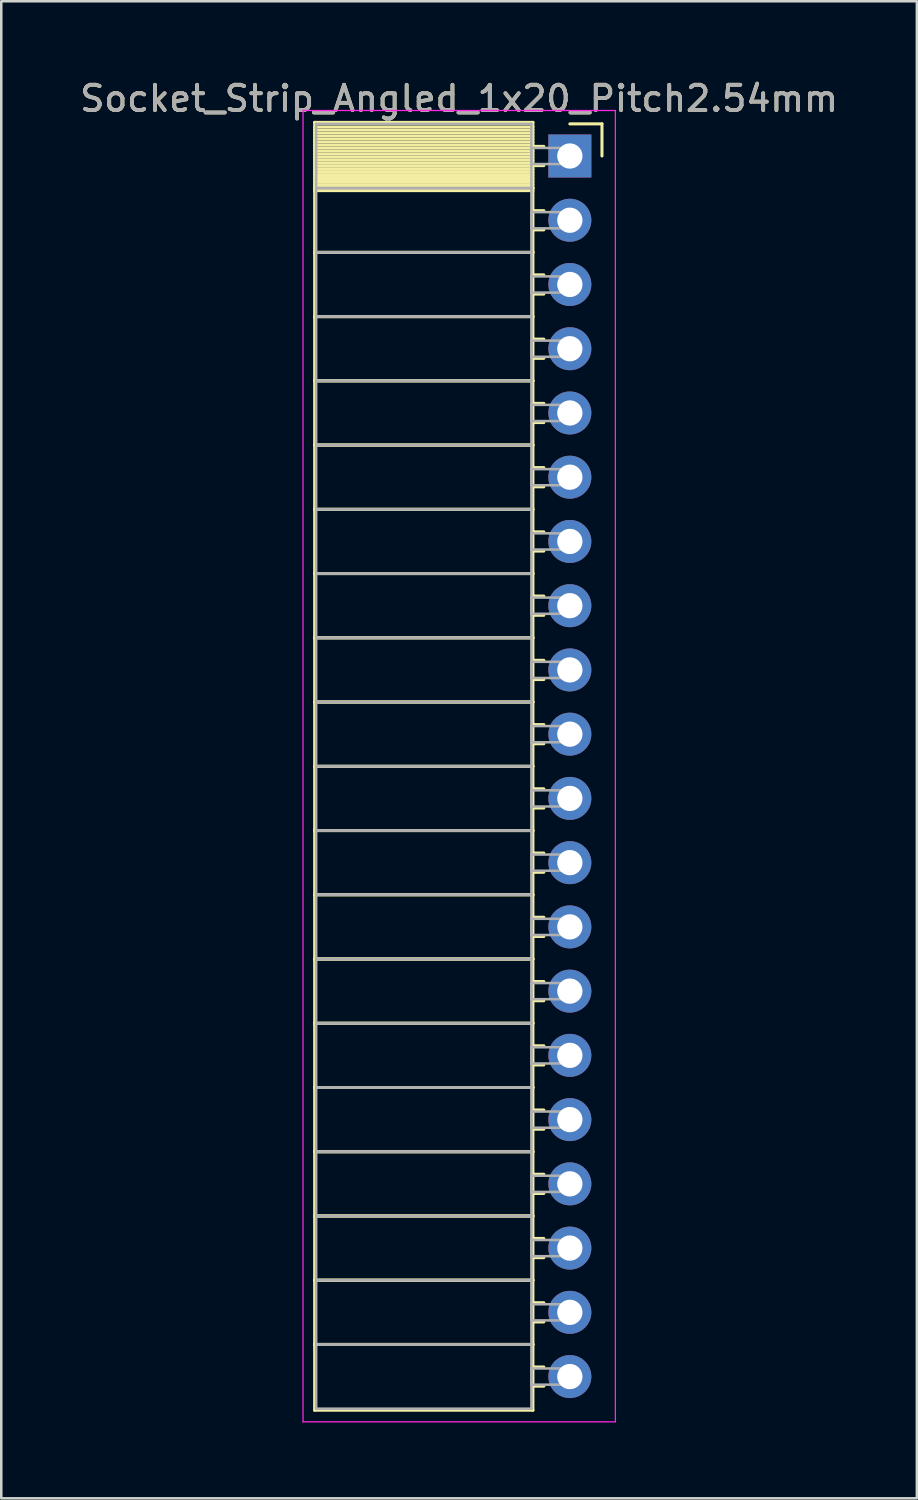
<source format=kicad_pcb>
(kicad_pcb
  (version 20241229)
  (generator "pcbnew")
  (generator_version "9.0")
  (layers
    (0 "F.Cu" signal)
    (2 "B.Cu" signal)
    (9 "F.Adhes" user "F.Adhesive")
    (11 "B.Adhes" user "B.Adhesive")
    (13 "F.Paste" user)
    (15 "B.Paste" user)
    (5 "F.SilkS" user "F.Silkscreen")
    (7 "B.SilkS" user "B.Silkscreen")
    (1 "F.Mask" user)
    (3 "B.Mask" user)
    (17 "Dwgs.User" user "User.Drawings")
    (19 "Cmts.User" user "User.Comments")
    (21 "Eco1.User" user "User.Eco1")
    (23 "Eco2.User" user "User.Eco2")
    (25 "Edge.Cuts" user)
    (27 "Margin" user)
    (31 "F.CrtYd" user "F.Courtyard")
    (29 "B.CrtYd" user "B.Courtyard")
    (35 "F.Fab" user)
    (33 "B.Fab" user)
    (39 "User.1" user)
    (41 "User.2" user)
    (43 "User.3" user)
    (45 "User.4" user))
  (footprint "Socket_Strip_Angled_1x20_Pitch2.54mm"
    (layer "F.Cu")
    (at 19.481 3.118)
    (property "Reference" "Socket_Strip_Angled_1x20_Pitch2.54mm" (at -4.38 -2.27 0) (layer "F.SilkS") (effects (font (size 1 1) (thickness 0.15))))
    (attr through_hole)
    (fp_line (start -10.09 -1.33) (end -1.46 -1.33) (stroke (width 0.12) (type solid)) (layer "F.SilkS"))
    (fp_line (start -10.09 1.27) (end -10.09 -1.33) (stroke (width 0.12) (type solid)) (layer "F.SilkS"))
    (fp_line (start -10.09 1.27) (end -1.46 1.27) (stroke (width 0.12) (type solid)) (layer "F.SilkS"))
    (fp_line (start -10.09 3.81) (end -10.09 1.27) (stroke (width 0.12) (type solid)) (layer "F.SilkS"))
    (fp_line (start -10.09 3.81) (end -1.46 3.81) (stroke (width 0.12) (type solid)) (layer "F.SilkS"))
    (fp_line (start -10.09 6.35) (end -10.09 3.81) (stroke (width 0.12) (type solid)) (layer "F.SilkS"))
    (fp_line (start -10.09 6.35) (end -1.46 6.35) (stroke (width 0.12) (type solid)) (layer "F.SilkS"))
    (fp_line (start -10.09 8.89) (end -10.09 6.35) (stroke (width 0.12) (type solid)) (layer "F.SilkS"))
    (fp_line (start -10.09 8.89) (end -1.46 8.89) (stroke (width 0.12) (type solid)) (layer "F.SilkS"))
    (fp_line (start -10.09 11.43) (end -10.09 8.89) (stroke (width 0.12) (type solid)) (layer "F.SilkS"))
    (fp_line (start -10.09 11.43) (end -1.46 11.43) (stroke (width 0.12) (type solid)) (layer "F.SilkS"))
    (fp_line (start -10.09 13.97) (end -10.09 11.43) (stroke (width 0.12) (type solid)) (layer "F.SilkS"))
    (fp_line (start -10.09 13.97) (end -1.46 13.97) (stroke (width 0.12) (type solid)) (layer "F.SilkS"))
    (fp_line (start -10.09 16.51) (end -10.09 13.97) (stroke (width 0.12) (type solid)) (layer "F.SilkS"))
    (fp_line (start -10.09 16.51) (end -1.46 16.51) (stroke (width 0.12) (type solid)) (layer "F.SilkS"))
    (fp_line (start -10.09 19.05) (end -10.09 16.51) (stroke (width 0.12) (type solid)) (layer "F.SilkS"))
    (fp_line (start -10.09 19.05) (end -1.46 19.05) (stroke (width 0.12) (type solid)) (layer "F.SilkS"))
    (fp_line (start -10.09 21.59) (end -10.09 19.05) (stroke (width 0.12) (type solid)) (layer "F.SilkS"))
    (fp_line (start -10.09 21.59) (end -1.46 21.59) (stroke (width 0.12) (type solid)) (layer "F.SilkS"))
    (fp_line (start -10.09 24.13) (end -10.09 21.59) (stroke (width 0.12) (type solid)) (layer "F.SilkS"))
    (fp_line (start -10.09 24.13) (end -1.46 24.13) (stroke (width 0.12) (type solid)) (layer "F.SilkS"))
    (fp_line (start -10.09 26.67) (end -10.09 24.13) (stroke (width 0.12) (type solid)) (layer "F.SilkS"))
    (fp_line (start -10.09 26.67) (end -1.46 26.67) (stroke (width 0.12) (type solid)) (layer "F.SilkS"))
    (fp_line (start -10.09 29.21) (end -10.09 26.67) (stroke (width 0.12) (type solid)) (layer "F.SilkS"))
    (fp_line (start -10.09 29.21) (end -1.46 29.21) (stroke (width 0.12) (type solid)) (layer "F.SilkS"))
    (fp_line (start -10.09 31.75) (end -10.09 29.21) (stroke (width 0.12) (type solid)) (layer "F.SilkS"))
    (fp_line (start -10.09 31.75) (end -1.46 31.75) (stroke (width 0.12) (type solid)) (layer "F.SilkS"))
    (fp_line (start -10.09 34.29) (end -10.09 31.75) (stroke (width 0.12) (type solid)) (layer "F.SilkS"))
    (fp_line (start -10.09 34.29) (end -1.46 34.29) (stroke (width 0.12) (type solid)) (layer "F.SilkS"))
    (fp_line (start -10.09 36.83) (end -10.09 34.29) (stroke (width 0.12) (type solid)) (layer "F.SilkS"))
    (fp_line (start -10.09 36.83) (end -1.46 36.83) (stroke (width 0.12) (type solid)) (layer "F.SilkS"))
    (fp_line (start -10.09 39.37) (end -10.09 36.83) (stroke (width 0.12) (type solid)) (layer "F.SilkS"))
    (fp_line (start -10.09 39.37) (end -1.46 39.37) (stroke (width 0.12) (type solid)) (layer "F.SilkS"))
    (fp_line (start -10.09 41.91) (end -10.09 39.37) (stroke (width 0.12) (type solid)) (layer "F.SilkS"))
    (fp_line (start -10.09 41.91) (end -1.46 41.91) (stroke (width 0.12) (type solid)) (layer "F.SilkS"))
    (fp_line (start -10.09 44.45) (end -10.09 41.91) (stroke (width 0.12) (type solid)) (layer "F.SilkS"))
    (fp_line (start -10.09 44.45) (end -1.46 44.45) (stroke (width 0.12) (type solid)) (layer "F.SilkS"))
    (fp_line (start -10.09 46.99) (end -10.09 44.45) (stroke (width 0.12) (type solid)) (layer "F.SilkS"))
    (fp_line (start -10.09 46.99) (end -1.46 46.99) (stroke (width 0.12) (type solid)) (layer "F.SilkS"))
    (fp_line (start -10.09 49.59) (end -10.09 46.99) (stroke (width 0.12) (type solid)) (layer "F.SilkS"))
    (fp_line (start -1.46 -1.33) (end -1.46 1.27) (stroke (width 0.12) (type solid)) (layer "F.SilkS"))
    (fp_line (start -1.46 -1.15) (end -10.09 -1.15) (stroke (width 0.12) (type solid)) (layer "F.SilkS"))
    (fp_line (start -1.46 -1.03) (end -10.09 -1.03) (stroke (width 0.12) (type solid)) (layer "F.SilkS"))
    (fp_line (start -1.46 -0.91) (end -10.09 -0.91) (stroke (width 0.12) (type solid)) (layer "F.SilkS"))
    (fp_line (start -1.46 -0.79) (end -10.09 -0.79) (stroke (width 0.12) (type solid)) (layer "F.SilkS"))
    (fp_line (start -1.46 -0.67) (end -10.09 -0.67) (stroke (width 0.12) (type solid)) (layer "F.SilkS"))
    (fp_line (start -1.46 -0.55) (end -10.09 -0.55) (stroke (width 0.12) (type solid)) (layer "F.SilkS"))
    (fp_line (start -1.46 -0.43) (end -10.09 -0.43) (stroke (width 0.12) (type solid)) (layer "F.SilkS"))
    (fp_line (start -1.46 -0.31) (end -10.09 -0.31) (stroke (width 0.12) (type solid)) (layer "F.SilkS"))
    (fp_line (start -1.46 -0.19) (end -10.09 -0.19) (stroke (width 0.12) (type solid)) (layer "F.SilkS"))
    (fp_line (start -1.46 -0.07) (end -10.09 -0.07) (stroke (width 0.12) (type solid)) (layer "F.SilkS"))
    (fp_line (start -1.46 0.05) (end -10.09 0.05) (stroke (width 0.12) (type solid)) (layer "F.SilkS"))
    (fp_line (start -1.46 0.17) (end -10.09 0.17) (stroke (width 0.12) (type solid)) (layer "F.SilkS"))
    (fp_line (start -1.46 0.29) (end -10.09 0.29) (stroke (width 0.12) (type solid)) (layer "F.SilkS"))
    (fp_line (start -1.46 0.41) (end -10.09 0.41) (stroke (width 0.12) (type solid)) (layer "F.SilkS"))
    (fp_line (start -1.46 0.53) (end -10.09 0.53) (stroke (width 0.12) (type solid)) (layer "F.SilkS"))
    (fp_line (start -1.46 0.65) (end -10.09 0.65) (stroke (width 0.12) (type solid)) (layer "F.SilkS"))
    (fp_line (start -1.46 0.77) (end -10.09 0.77) (stroke (width 0.12) (type solid)) (layer "F.SilkS"))
    (fp_line (start -1.46 0.89) (end -10.09 0.89) (stroke (width 0.12) (type solid)) (layer "F.SilkS"))
    (fp_line (start -1.46 1.01) (end -10.09 1.01) (stroke (width 0.12) (type solid)) (layer "F.SilkS"))
    (fp_line (start -1.46 1.13) (end -10.09 1.13) (stroke (width 0.12) (type solid)) (layer "F.SilkS"))
    (fp_line (start -1.46 1.25) (end -10.09 1.25) (stroke (width 0.12) (type solid)) (layer "F.SilkS"))
    (fp_line (start -1.46 1.27) (end -10.09 1.27) (stroke (width 0.12) (type solid)) (layer "F.SilkS"))
    (fp_line (start -1.46 1.27) (end -1.46 3.81) (stroke (width 0.12) (type solid)) (layer "F.SilkS"))
    (fp_line (start -1.46 1.37) (end -10.09 1.37) (stroke (width 0.12) (type solid)) (layer "F.SilkS"))
    (fp_line (start -1.46 3.81) (end -10.09 3.81) (stroke (width 0.12) (type solid)) (layer "F.SilkS"))
    (fp_line (start -1.46 3.81) (end -1.46 6.35) (stroke (width 0.12) (type solid)) (layer "F.SilkS"))
    (fp_line (start -1.46 6.35) (end -10.09 6.35) (stroke (width 0.12) (type solid)) (layer "F.SilkS"))
    (fp_line (start -1.46 6.35) (end -1.46 8.89) (stroke (width 0.12) (type solid)) (layer "F.SilkS"))
    (fp_line (start -1.46 8.89) (end -10.09 8.89) (stroke (width 0.12) (type solid)) (layer "F.SilkS"))
    (fp_line (start -1.46 8.89) (end -1.46 11.43) (stroke (width 0.12) (type solid)) (layer "F.SilkS"))
    (fp_line (start -1.46 11.43) (end -10.09 11.43) (stroke (width 0.12) (type solid)) (layer "F.SilkS"))
    (fp_line (start -1.46 11.43) (end -1.46 13.97) (stroke (width 0.12) (type solid)) (layer "F.SilkS"))
    (fp_line (start -1.46 13.97) (end -10.09 13.97) (stroke (width 0.12) (type solid)) (layer "F.SilkS"))
    (fp_line (start -1.46 13.97) (end -1.46 16.51) (stroke (width 0.12) (type solid)) (layer "F.SilkS"))
    (fp_line (start -1.46 16.51) (end -10.09 16.51) (stroke (width 0.12) (type solid)) (layer "F.SilkS"))
    (fp_line (start -1.46 16.51) (end -1.46 19.05) (stroke (width 0.12) (type solid)) (layer "F.SilkS"))
    (fp_line (start -1.46 19.05) (end -10.09 19.05) (stroke (width 0.12) (type solid)) (layer "F.SilkS"))
    (fp_line (start -1.46 19.05) (end -1.46 21.59) (stroke (width 0.12) (type solid)) (layer "F.SilkS"))
    (fp_line (start -1.46 21.59) (end -10.09 21.59) (stroke (width 0.12) (type solid)) (layer "F.SilkS"))
    (fp_line (start -1.46 21.59) (end -1.46 24.13) (stroke (width 0.12) (type solid)) (layer "F.SilkS"))
    (fp_line (start -1.46 24.13) (end -10.09 24.13) (stroke (width 0.12) (type solid)) (layer "F.SilkS"))
    (fp_line (start -1.46 24.13) (end -1.46 26.67) (stroke (width 0.12) (type solid)) (layer "F.SilkS"))
    (fp_line (start -1.46 26.67) (end -10.09 26.67) (stroke (width 0.12) (type solid)) (layer "F.SilkS"))
    (fp_line (start -1.46 26.67) (end -1.46 29.21) (stroke (width 0.12) (type solid)) (layer "F.SilkS"))
    (fp_line (start -1.46 29.21) (end -10.09 29.21) (stroke (width 0.12) (type solid)) (layer "F.SilkS"))
    (fp_line (start -1.46 29.21) (end -1.46 31.75) (stroke (width 0.12) (type solid)) (layer "F.SilkS"))
    (fp_line (start -1.46 31.75) (end -10.09 31.75) (stroke (width 0.12) (type solid)) (layer "F.SilkS"))
    (fp_line (start -1.46 31.75) (end -1.46 34.29) (stroke (width 0.12) (type solid)) (layer "F.SilkS"))
    (fp_line (start -1.46 34.29) (end -10.09 34.29) (stroke (width 0.12) (type solid)) (layer "F.SilkS"))
    (fp_line (start -1.46 34.29) (end -1.46 36.83) (stroke (width 0.12) (type solid)) (layer "F.SilkS"))
    (fp_line (start -1.46 36.83) (end -10.09 36.83) (stroke (width 0.12) (type solid)) (layer "F.SilkS"))
    (fp_line (start -1.46 36.83) (end -1.46 39.37) (stroke (width 0.12) (type solid)) (layer "F.SilkS"))
    (fp_line (start -1.46 39.37) (end -10.09 39.37) (stroke (width 0.12) (type solid)) (layer "F.SilkS"))
    (fp_line (start -1.46 39.37) (end -1.46 41.91) (stroke (width 0.12) (type solid)) (layer "F.SilkS"))
    (fp_line (start -1.46 41.91) (end -10.09 41.91) (stroke (width 0.12) (type solid)) (layer "F.SilkS"))
    (fp_line (start -1.46 41.91) (end -1.46 44.45) (stroke (width 0.12) (type solid)) (layer "F.SilkS"))
    (fp_line (start -1.46 44.45) (end -10.09 44.45) (stroke (width 0.12) (type solid)) (layer "F.SilkS"))
    (fp_line (start -1.46 44.45) (end -1.46 46.99) (stroke (width 0.12) (type solid)) (layer "F.SilkS"))
    (fp_line (start -1.46 46.99) (end -10.09 46.99) (stroke (width 0.12) (type solid)) (layer "F.SilkS"))
    (fp_line (start -1.46 46.99) (end -1.46 49.59) (stroke (width 0.12) (type solid)) (layer "F.SilkS"))
    (fp_line (start -1.46 49.59) (end -10.09 49.59) (stroke (width 0.12) (type solid)) (layer "F.SilkS"))
    (fp_line (start -1.03 -0.38) (end -1.46 -0.38) (stroke (width 0.12) (type solid)) (layer "F.SilkS"))
    (fp_line (start -1.03 0.38) (end -1.46 0.38) (stroke (width 0.12) (type solid)) (layer "F.SilkS"))
    (fp_line (start -1.03 2.16) (end -1.46 2.16) (stroke (width 0.12) (type solid)) (layer "F.SilkS"))
    (fp_line (start -1.03 2.92) (end -1.46 2.92) (stroke (width 0.12) (type solid)) (layer "F.SilkS"))
    (fp_line (start -1.03 4.7) (end -1.46 4.7) (stroke (width 0.12) (type solid)) (layer "F.SilkS"))
    (fp_line (start -1.03 5.46) (end -1.46 5.46) (stroke (width 0.12) (type solid)) (layer "F.SilkS"))
    (fp_line (start -1.03 7.24) (end -1.46 7.24) (stroke (width 0.12) (type solid)) (layer "F.SilkS"))
    (fp_line (start -1.03 8) (end -1.46 8) (stroke (width 0.12) (type solid)) (layer "F.SilkS"))
    (fp_line (start -1.03 9.78) (end -1.46 9.78) (stroke (width 0.12) (type solid)) (layer "F.SilkS"))
    (fp_line (start -1.03 10.54) (end -1.46 10.54) (stroke (width 0.12) (type solid)) (layer "F.SilkS"))
    (fp_line (start -1.03 12.32) (end -1.46 12.32) (stroke (width 0.12) (type solid)) (layer "F.SilkS"))
    (fp_line (start -1.03 13.08) (end -1.46 13.08) (stroke (width 0.12) (type solid)) (layer "F.SilkS"))
    (fp_line (start -1.03 14.86) (end -1.46 14.86) (stroke (width 0.12) (type solid)) (layer "F.SilkS"))
    (fp_line (start -1.03 15.62) (end -1.46 15.62) (stroke (width 0.12) (type solid)) (layer "F.SilkS"))
    (fp_line (start -1.03 17.4) (end -1.46 17.4) (stroke (width 0.12) (type solid)) (layer "F.SilkS"))
    (fp_line (start -1.03 18.16) (end -1.46 18.16) (stroke (width 0.12) (type solid)) (layer "F.SilkS"))
    (fp_line (start -1.03 19.94) (end -1.46 19.94) (stroke (width 0.12) (type solid)) (layer "F.SilkS"))
    (fp_line (start -1.03 20.7) (end -1.46 20.7) (stroke (width 0.12) (type solid)) (layer "F.SilkS"))
    (fp_line (start -1.03 22.48) (end -1.46 22.48) (stroke (width 0.12) (type solid)) (layer "F.SilkS"))
    (fp_line (start -1.03 23.24) (end -1.46 23.24) (stroke (width 0.12) (type solid)) (layer "F.SilkS"))
    (fp_line (start -1.03 25.02) (end -1.46 25.02) (stroke (width 0.12) (type solid)) (layer "F.SilkS"))
    (fp_line (start -1.03 25.78) (end -1.46 25.78) (stroke (width 0.12) (type solid)) (layer "F.SilkS"))
    (fp_line (start -1.03 27.56) (end -1.46 27.56) (stroke (width 0.12) (type solid)) (layer "F.SilkS"))
    (fp_line (start -1.03 28.32) (end -1.46 28.32) (stroke (width 0.12) (type solid)) (layer "F.SilkS"))
    (fp_line (start -1.03 30.1) (end -1.46 30.1) (stroke (width 0.12) (type solid)) (layer "F.SilkS"))
    (fp_line (start -1.03 30.86) (end -1.46 30.86) (stroke (width 0.12) (type solid)) (layer "F.SilkS"))
    (fp_line (start -1.03 32.64) (end -1.46 32.64) (stroke (width 0.12) (type solid)) (layer "F.SilkS"))
    (fp_line (start -1.03 33.4) (end -1.46 33.4) (stroke (width 0.12) (type solid)) (layer "F.SilkS"))
    (fp_line (start -1.03 35.18) (end -1.46 35.18) (stroke (width 0.12) (type solid)) (layer "F.SilkS"))
    (fp_line (start -1.03 35.94) (end -1.46 35.94) (stroke (width 0.12) (type solid)) (layer "F.SilkS"))
    (fp_line (start -1.03 37.72) (end -1.46 37.72) (stroke (width 0.12) (type solid)) (layer "F.SilkS"))
    (fp_line (start -1.03 38.48) (end -1.46 38.48) (stroke (width 0.12) (type solid)) (layer "F.SilkS"))
    (fp_line (start -1.03 40.26) (end -1.46 40.26) (stroke (width 0.12) (type solid)) (layer "F.SilkS"))
    (fp_line (start -1.03 41.02) (end -1.46 41.02) (stroke (width 0.12) (type solid)) (layer "F.SilkS"))
    (fp_line (start -1.03 42.8) (end -1.46 42.8) (stroke (width 0.12) (type solid)) (layer "F.SilkS"))
    (fp_line (start -1.03 43.56) (end -1.46 43.56) (stroke (width 0.12) (type solid)) (layer "F.SilkS"))
    (fp_line (start -1.03 45.34) (end -1.46 45.34) (stroke (width 0.12) (type solid)) (layer "F.SilkS"))
    (fp_line (start -1.03 46.1) (end -1.46 46.1) (stroke (width 0.12) (type solid)) (layer "F.SilkS"))
    (fp_line (start -1.03 47.88) (end -1.46 47.88) (stroke (width 0.12) (type solid)) (layer "F.SilkS"))
    (fp_line (start -1.03 48.64) (end -1.46 48.64) (stroke (width 0.12) (type solid)) (layer "F.SilkS"))
    (fp_line (start 0 -1.27) (end 1.27 -1.27) (stroke (width 0.12) (type solid)) (layer "F.SilkS"))
    (fp_line (start 1.27 -1.27) (end 1.27 0) (stroke (width 0.12) (type solid)) (layer "F.SilkS"))
    (fp_line (start -10.55 -1.8) (end 1.8 -1.8) (stroke (width 0.05) (type solid)) (layer "F.CrtYd"))
    (fp_line (start -10.55 50.05) (end -10.55 -1.8) (stroke (width 0.05) (type solid)) (layer "F.CrtYd"))
    (fp_line (start 1.8 -1.8) (end 1.8 50.05) (stroke (width 0.05) (type solid)) (layer "F.CrtYd"))
    (fp_line (start 1.8 50.05) (end -10.55 50.05) (stroke (width 0.05) (type solid)) (layer "F.CrtYd"))
    (fp_line (start -10.03 -1.27) (end -1.52 -1.27) (stroke (width 0.1) (type solid)) (layer "F.Fab"))
    (fp_line (start -10.03 1.27) (end -10.03 -1.27) (stroke (width 0.1) (type solid)) (layer "F.Fab"))
    (fp_line (start -10.03 1.27) (end -1.52 1.27) (stroke (width 0.1) (type solid)) (layer "F.Fab"))
    (fp_line (start -10.03 3.81) (end -10.03 1.27) (stroke (width 0.1) (type solid)) (layer "F.Fab"))
    (fp_line (start -10.03 3.81) (end -1.52 3.81) (stroke (width 0.1) (type solid)) (layer "F.Fab"))
    (fp_line (start -10.03 6.35) (end -10.03 3.81) (stroke (width 0.1) (type solid)) (layer "F.Fab"))
    (fp_line (start -10.03 6.35) (end -1.52 6.35) (stroke (width 0.1) (type solid)) (layer "F.Fab"))
    (fp_line (start -10.03 8.89) (end -10.03 6.35) (stroke (width 0.1) (type solid)) (layer "F.Fab"))
    (fp_line (start -10.03 8.89) (end -1.52 8.89) (stroke (width 0.1) (type solid)) (layer "F.Fab"))
    (fp_line (start -10.03 11.43) (end -10.03 8.89) (stroke (width 0.1) (type solid)) (layer "F.Fab"))
    (fp_line (start -10.03 11.43) (end -1.52 11.43) (stroke (width 0.1) (type solid)) (layer "F.Fab"))
    (fp_line (start -10.03 13.97) (end -10.03 11.43) (stroke (width 0.1) (type solid)) (layer "F.Fab"))
    (fp_line (start -10.03 13.97) (end -1.52 13.97) (stroke (width 0.1) (type solid)) (layer "F.Fab"))
    (fp_line (start -10.03 16.51) (end -10.03 13.97) (stroke (width 0.1) (type solid)) (layer "F.Fab"))
    (fp_line (start -10.03 16.51) (end -1.52 16.51) (stroke (width 0.1) (type solid)) (layer "F.Fab"))
    (fp_line (start -10.03 19.05) (end -10.03 16.51) (stroke (width 0.1) (type solid)) (layer "F.Fab"))
    (fp_line (start -10.03 19.05) (end -1.52 19.05) (stroke (width 0.1) (type solid)) (layer "F.Fab"))
    (fp_line (start -10.03 21.59) (end -10.03 19.05) (stroke (width 0.1) (type solid)) (layer "F.Fab"))
    (fp_line (start -10.03 21.59) (end -1.52 21.59) (stroke (width 0.1) (type solid)) (layer "F.Fab"))
    (fp_line (start -10.03 24.13) (end -10.03 21.59) (stroke (width 0.1) (type solid)) (layer "F.Fab"))
    (fp_line (start -10.03 24.13) (end -1.52 24.13) (stroke (width 0.1) (type solid)) (layer "F.Fab"))
    (fp_line (start -10.03 26.67) (end -10.03 24.13) (stroke (width 0.1) (type solid)) (layer "F.Fab"))
    (fp_line (start -10.03 26.67) (end -1.52 26.67) (stroke (width 0.1) (type solid)) (layer "F.Fab"))
    (fp_line (start -10.03 29.21) (end -10.03 26.67) (stroke (width 0.1) (type solid)) (layer "F.Fab"))
    (fp_line (start -10.03 29.21) (end -1.52 29.21) (stroke (width 0.1) (type solid)) (layer "F.Fab"))
    (fp_line (start -10.03 31.75) (end -10.03 29.21) (stroke (width 0.1) (type solid)) (layer "F.Fab"))
    (fp_line (start -10.03 31.75) (end -1.52 31.75) (stroke (width 0.1) (type solid)) (layer "F.Fab"))
    (fp_line (start -10.03 34.29) (end -10.03 31.75) (stroke (width 0.1) (type solid)) (layer "F.Fab"))
    (fp_line (start -10.03 34.29) (end -1.52 34.29) (stroke (width 0.1) (type solid)) (layer "F.Fab"))
    (fp_line (start -10.03 36.83) (end -10.03 34.29) (stroke (width 0.1) (type solid)) (layer "F.Fab"))
    (fp_line (start -10.03 36.83) (end -1.52 36.83) (stroke (width 0.1) (type solid)) (layer "F.Fab"))
    (fp_line (start -10.03 39.37) (end -10.03 36.83) (stroke (width 0.1) (type solid)) (layer "F.Fab"))
    (fp_line (start -10.03 39.37) (end -1.52 39.37) (stroke (width 0.1) (type solid)) (layer "F.Fab"))
    (fp_line (start -10.03 41.91) (end -10.03 39.37) (stroke (width 0.1) (type solid)) (layer "F.Fab"))
    (fp_line (start -10.03 41.91) (end -1.52 41.91) (stroke (width 0.1) (type solid)) (layer "F.Fab"))
    (fp_line (start -10.03 44.45) (end -10.03 41.91) (stroke (width 0.1) (type solid)) (layer "F.Fab"))
    (fp_line (start -10.03 44.45) (end -1.52 44.45) (stroke (width 0.1) (type solid)) (layer "F.Fab"))
    (fp_line (start -10.03 46.99) (end -10.03 44.45) (stroke (width 0.1) (type solid)) (layer "F.Fab"))
    (fp_line (start -10.03 46.99) (end -1.52 46.99) (stroke (width 0.1) (type solid)) (layer "F.Fab"))
    (fp_line (start -10.03 49.53) (end -10.03 46.99) (stroke (width 0.1) (type solid)) (layer "F.Fab"))
    (fp_line (start -1.52 -1.27) (end -1.52 1.27) (stroke (width 0.1) (type solid)) (layer "F.Fab"))
    (fp_line (start -1.52 -0.32) (end 0 -0.32) (stroke (width 0.1) (type solid)) (layer "F.Fab"))
    (fp_line (start -1.52 0.32) (end -1.52 -0.32) (stroke (width 0.1) (type solid)) (layer "F.Fab"))
    (fp_line (start -1.52 1.27) (end -10.03 1.27) (stroke (width 0.1) (type solid)) (layer "F.Fab"))
    (fp_line (start -1.52 1.27) (end -1.52 3.81) (stroke (width 0.1) (type solid)) (layer "F.Fab"))
    (fp_line (start -1.52 2.22) (end 0 2.22) (stroke (width 0.1) (type solid)) (layer "F.Fab"))
    (fp_line (start -1.52 2.86) (end -1.52 2.22) (stroke (width 0.1) (type solid)) (layer "F.Fab"))
    (fp_line (start -1.52 3.81) (end -10.03 3.81) (stroke (width 0.1) (type solid)) (layer "F.Fab"))
    (fp_line (start -1.52 3.81) (end -1.52 6.35) (stroke (width 0.1) (type solid)) (layer "F.Fab"))
    (fp_line (start -1.52 4.76) (end 0 4.76) (stroke (width 0.1) (type solid)) (layer "F.Fab"))
    (fp_line (start -1.52 5.4) (end -1.52 4.76) (stroke (width 0.1) (type solid)) (layer "F.Fab"))
    (fp_line (start -1.52 6.35) (end -10.03 6.35) (stroke (width 0.1) (type solid)) (layer "F.Fab"))
    (fp_line (start -1.52 6.35) (end -1.52 8.89) (stroke (width 0.1) (type solid)) (layer "F.Fab"))
    (fp_line (start -1.52 7.3) (end 0 7.3) (stroke (width 0.1) (type solid)) (layer "F.Fab"))
    (fp_line (start -1.52 7.94) (end -1.52 7.3) (stroke (width 0.1) (type solid)) (layer "F.Fab"))
    (fp_line (start -1.52 8.89) (end -10.03 8.89) (stroke (width 0.1) (type solid)) (layer "F.Fab"))
    (fp_line (start -1.52 8.89) (end -1.52 11.43) (stroke (width 0.1) (type solid)) (layer "F.Fab"))
    (fp_line (start -1.52 9.84) (end 0 9.84) (stroke (width 0.1) (type solid)) (layer "F.Fab"))
    (fp_line (start -1.52 10.48) (end -1.52 9.84) (stroke (width 0.1) (type solid)) (layer "F.Fab"))
    (fp_line (start -1.52 11.43) (end -10.03 11.43) (stroke (width 0.1) (type solid)) (layer "F.Fab"))
    (fp_line (start -1.52 11.43) (end -1.52 13.97) (stroke (width 0.1) (type solid)) (layer "F.Fab"))
    (fp_line (start -1.52 12.38) (end 0 12.38) (stroke (width 0.1) (type solid)) (layer "F.Fab"))
    (fp_line (start -1.52 13.02) (end -1.52 12.38) (stroke (width 0.1) (type solid)) (layer "F.Fab"))
    (fp_line (start -1.52 13.97) (end -10.03 13.97) (stroke (width 0.1) (type solid)) (layer "F.Fab"))
    (fp_line (start -1.52 13.97) (end -1.52 16.51) (stroke (width 0.1) (type solid)) (layer "F.Fab"))
    (fp_line (start -1.52 14.92) (end 0 14.92) (stroke (width 0.1) (type solid)) (layer "F.Fab"))
    (fp_line (start -1.52 15.56) (end -1.52 14.92) (stroke (width 0.1) (type solid)) (layer "F.Fab"))
    (fp_line (start -1.52 16.51) (end -10.03 16.51) (stroke (width 0.1) (type solid)) (layer "F.Fab"))
    (fp_line (start -1.52 16.51) (end -1.52 19.05) (stroke (width 0.1) (type solid)) (layer "F.Fab"))
    (fp_line (start -1.52 17.46) (end 0 17.46) (stroke (width 0.1) (type solid)) (layer "F.Fab"))
    (fp_line (start -1.52 18.1) (end -1.52 17.46) (stroke (width 0.1) (type solid)) (layer "F.Fab"))
    (fp_line (start -1.52 19.05) (end -10.03 19.05) (stroke (width 0.1) (type solid)) (layer "F.Fab"))
    (fp_line (start -1.52 19.05) (end -1.52 21.59) (stroke (width 0.1) (type solid)) (layer "F.Fab"))
    (fp_line (start -1.52 20) (end 0 20) (stroke (width 0.1) (type solid)) (layer "F.Fab"))
    (fp_line (start -1.52 20.64) (end -1.52 20) (stroke (width 0.1) (type solid)) (layer "F.Fab"))
    (fp_line (start -1.52 21.59) (end -10.03 21.59) (stroke (width 0.1) (type solid)) (layer "F.Fab"))
    (fp_line (start -1.52 21.59) (end -1.52 24.13) (stroke (width 0.1) (type solid)) (layer "F.Fab"))
    (fp_line (start -1.52 22.54) (end 0 22.54) (stroke (width 0.1) (type solid)) (layer "F.Fab"))
    (fp_line (start -1.52 23.18) (end -1.52 22.54) (stroke (width 0.1) (type solid)) (layer "F.Fab"))
    (fp_line (start -1.52 24.13) (end -10.03 24.13) (stroke (width 0.1) (type solid)) (layer "F.Fab"))
    (fp_line (start -1.52 24.13) (end -1.52 26.67) (stroke (width 0.1) (type solid)) (layer "F.Fab"))
    (fp_line (start -1.52 25.08) (end 0 25.08) (stroke (width 0.1) (type solid)) (layer "F.Fab"))
    (fp_line (start -1.52 25.72) (end -1.52 25.08) (stroke (width 0.1) (type solid)) (layer "F.Fab"))
    (fp_line (start -1.52 26.67) (end -10.03 26.67) (stroke (width 0.1) (type solid)) (layer "F.Fab"))
    (fp_line (start -1.52 26.67) (end -1.52 29.21) (stroke (width 0.1) (type solid)) (layer "F.Fab"))
    (fp_line (start -1.52 27.62) (end 0 27.62) (stroke (width 0.1) (type solid)) (layer "F.Fab"))
    (fp_line (start -1.52 28.26) (end -1.52 27.62) (stroke (width 0.1) (type solid)) (layer "F.Fab"))
    (fp_line (start -1.52 29.21) (end -10.03 29.21) (stroke (width 0.1) (type solid)) (layer "F.Fab"))
    (fp_line (start -1.52 29.21) (end -1.52 31.75) (stroke (width 0.1) (type solid)) (layer "F.Fab"))
    (fp_line (start -1.52 30.16) (end 0 30.16) (stroke (width 0.1) (type solid)) (layer "F.Fab"))
    (fp_line (start -1.52 30.8) (end -1.52 30.16) (stroke (width 0.1) (type solid)) (layer "F.Fab"))
    (fp_line (start -1.52 31.75) (end -10.03 31.75) (stroke (width 0.1) (type solid)) (layer "F.Fab"))
    (fp_line (start -1.52 31.75) (end -1.52 34.29) (stroke (width 0.1) (type solid)) (layer "F.Fab"))
    (fp_line (start -1.52 32.7) (end 0 32.7) (stroke (width 0.1) (type solid)) (layer "F.Fab"))
    (fp_line (start -1.52 33.34) (end -1.52 32.7) (stroke (width 0.1) (type solid)) (layer "F.Fab"))
    (fp_line (start -1.52 34.29) (end -10.03 34.29) (stroke (width 0.1) (type solid)) (layer "F.Fab"))
    (fp_line (start -1.52 34.29) (end -1.52 36.83) (stroke (width 0.1) (type solid)) (layer "F.Fab"))
    (fp_line (start -1.52 35.24) (end 0 35.24) (stroke (width 0.1) (type solid)) (layer "F.Fab"))
    (fp_line (start -1.52 35.88) (end -1.52 35.24) (stroke (width 0.1) (type solid)) (layer "F.Fab"))
    (fp_line (start -1.52 36.83) (end -10.03 36.83) (stroke (width 0.1) (type solid)) (layer "F.Fab"))
    (fp_line (start -1.52 36.83) (end -1.52 39.37) (stroke (width 0.1) (type solid)) (layer "F.Fab"))
    (fp_line (start -1.52 37.78) (end 0 37.78) (stroke (width 0.1) (type solid)) (layer "F.Fab"))
    (fp_line (start -1.52 38.42) (end -1.52 37.78) (stroke (width 0.1) (type solid)) (layer "F.Fab"))
    (fp_line (start -1.52 39.37) (end -10.03 39.37) (stroke (width 0.1) (type solid)) (layer "F.Fab"))
    (fp_line (start -1.52 39.37) (end -1.52 41.91) (stroke (width 0.1) (type solid)) (layer "F.Fab"))
    (fp_line (start -1.52 40.32) (end 0 40.32) (stroke (width 0.1) (type solid)) (layer "F.Fab"))
    (fp_line (start -1.52 40.96) (end -1.52 40.32) (stroke (width 0.1) (type solid)) (layer "F.Fab"))
    (fp_line (start -1.52 41.91) (end -10.03 41.91) (stroke (width 0.1) (type solid)) (layer "F.Fab"))
    (fp_line (start -1.52 41.91) (end -1.52 44.45) (stroke (width 0.1) (type solid)) (layer "F.Fab"))
    (fp_line (start -1.52 42.86) (end 0 42.86) (stroke (width 0.1) (type solid)) (layer "F.Fab"))
    (fp_line (start -1.52 43.5) (end -1.52 42.86) (stroke (width 0.1) (type solid)) (layer "F.Fab"))
    (fp_line (start -1.52 44.45) (end -10.03 44.45) (stroke (width 0.1) (type solid)) (layer "F.Fab"))
    (fp_line (start -1.52 44.45) (end -1.52 46.99) (stroke (width 0.1) (type solid)) (layer "F.Fab"))
    (fp_line (start -1.52 45.4) (end 0 45.4) (stroke (width 0.1) (type solid)) (layer "F.Fab"))
    (fp_line (start -1.52 46.04) (end -1.52 45.4) (stroke (width 0.1) (type solid)) (layer "F.Fab"))
    (fp_line (start -1.52 46.99) (end -10.03 46.99) (stroke (width 0.1) (type solid)) (layer "F.Fab"))
    (fp_line (start -1.52 46.99) (end -1.52 49.53) (stroke (width 0.1) (type solid)) (layer "F.Fab"))
    (fp_line (start -1.52 47.94) (end 0 47.94) (stroke (width 0.1) (type solid)) (layer "F.Fab"))
    (fp_line (start -1.52 48.58) (end -1.52 47.94) (stroke (width 0.1) (type solid)) (layer "F.Fab"))
    (fp_line (start -1.52 49.53) (end -10.03 49.53) (stroke (width 0.1) (type solid)) (layer "F.Fab"))
    (fp_line (start 0 -0.32) (end 0 0.32) (stroke (width 0.1) (type solid)) (layer "F.Fab"))
    (fp_line (start 0 0.32) (end -1.52 0.32) (stroke (width 0.1) (type solid)) (layer "F.Fab"))
    (fp_line (start 0 2.22) (end 0 2.86) (stroke (width 0.1) (type solid)) (layer "F.Fab"))
    (fp_line (start 0 2.86) (end -1.52 2.86) (stroke (width 0.1) (type solid)) (layer "F.Fab"))
    (fp_line (start 0 4.76) (end 0 5.4) (stroke (width 0.1) (type solid)) (layer "F.Fab"))
    (fp_line (start 0 5.4) (end -1.52 5.4) (stroke (width 0.1) (type solid)) (layer "F.Fab"))
    (fp_line (start 0 7.3) (end 0 7.94) (stroke (width 0.1) (type solid)) (layer "F.Fab"))
    (fp_line (start 0 7.94) (end -1.52 7.94) (stroke (width 0.1) (type solid)) (layer "F.Fab"))
    (fp_line (start 0 9.84) (end 0 10.48) (stroke (width 0.1) (type solid)) (layer "F.Fab"))
    (fp_line (start 0 10.48) (end -1.52 10.48) (stroke (width 0.1) (type solid)) (layer "F.Fab"))
    (fp_line (start 0 12.38) (end 0 13.02) (stroke (width 0.1) (type solid)) (layer "F.Fab"))
    (fp_line (start 0 13.02) (end -1.52 13.02) (stroke (width 0.1) (type solid)) (layer "F.Fab"))
    (fp_line (start 0 14.92) (end 0 15.56) (stroke (width 0.1) (type solid)) (layer "F.Fab"))
    (fp_line (start 0 15.56) (end -1.52 15.56) (stroke (width 0.1) (type solid)) (layer "F.Fab"))
    (fp_line (start 0 17.46) (end 0 18.1) (stroke (width 0.1) (type solid)) (layer "F.Fab"))
    (fp_line (start 0 18.1) (end -1.52 18.1) (stroke (width 0.1) (type solid)) (layer "F.Fab"))
    (fp_line (start 0 20) (end 0 20.64) (stroke (width 0.1) (type solid)) (layer "F.Fab"))
    (fp_line (start 0 20.64) (end -1.52 20.64) (stroke (width 0.1) (type solid)) (layer "F.Fab"))
    (fp_line (start 0 22.54) (end 0 23.18) (stroke (width 0.1) (type solid)) (layer "F.Fab"))
    (fp_line (start 0 23.18) (end -1.52 23.18) (stroke (width 0.1) (type solid)) (layer "F.Fab"))
    (fp_line (start 0 25.08) (end 0 25.72) (stroke (width 0.1) (type solid)) (layer "F.Fab"))
    (fp_line (start 0 25.72) (end -1.52 25.72) (stroke (width 0.1) (type solid)) (layer "F.Fab"))
    (fp_line (start 0 27.62) (end 0 28.26) (stroke (width 0.1) (type solid)) (layer "F.Fab"))
    (fp_line (start 0 28.26) (end -1.52 28.26) (stroke (width 0.1) (type solid)) (layer "F.Fab"))
    (fp_line (start 0 30.16) (end 0 30.8) (stroke (width 0.1) (type solid)) (layer "F.Fab"))
    (fp_line (start 0 30.8) (end -1.52 30.8) (stroke (width 0.1) (type solid)) (layer "F.Fab"))
    (fp_line (start 0 32.7) (end 0 33.34) (stroke (width 0.1) (type solid)) (layer "F.Fab"))
    (fp_line (start 0 33.34) (end -1.52 33.34) (stroke (width 0.1) (type solid)) (layer "F.Fab"))
    (fp_line (start 0 35.24) (end 0 35.88) (stroke (width 0.1) (type solid)) (layer "F.Fab"))
    (fp_line (start 0 35.88) (end -1.52 35.88) (stroke (width 0.1) (type solid)) (layer "F.Fab"))
    (fp_line (start 0 37.78) (end 0 38.42) (stroke (width 0.1) (type solid)) (layer "F.Fab"))
    (fp_line (start 0 38.42) (end -1.52 38.42) (stroke (width 0.1) (type solid)) (layer "F.Fab"))
    (fp_line (start 0 40.32) (end 0 40.96) (stroke (width 0.1) (type solid)) (layer "F.Fab"))
    (fp_line (start 0 40.96) (end -1.52 40.96) (stroke (width 0.1) (type solid)) (layer "F.Fab"))
    (fp_line (start 0 42.86) (end 0 43.5) (stroke (width 0.1) (type solid)) (layer "F.Fab"))
    (fp_line (start 0 43.5) (end -1.52 43.5) (stroke (width 0.1) (type solid)) (layer "F.Fab"))
    (fp_line (start 0 45.4) (end 0 46.04) (stroke (width 0.1) (type solid)) (layer "F.Fab"))
    (fp_line (start 0 46.04) (end -1.52 46.04) (stroke (width 0.1) (type solid)) (layer "F.Fab"))
    (fp_line (start 0 47.94) (end 0 48.58) (stroke (width 0.1) (type solid)) (layer "F.Fab"))
    (fp_line (start 0 48.58) (end -1.52 48.58) (stroke (width 0.1) (type solid)) (layer "F.Fab"))
    (fp_text user "${REFERENCE}" (at -4.38 -2.27 0) (layer "F.Fab") (effects (font (size 1 1) (thickness 0.15))))
    (pad "1" thru_hole rect (at 0 0) (size 1.7 1.7) (drill 1) (layers "*.Cu" "*.Mask"))
    (pad "2" thru_hole oval (at 0 2.54) (size 1.7 1.7) (drill 1) (layers "*.Cu" "*.Mask"))
    (pad "3" thru_hole oval (at 0 5.08) (size 1.7 1.7) (drill 1) (layers "*.Cu" "*.Mask"))
    (pad "4" thru_hole oval (at 0 7.62) (size 1.7 1.7) (drill 1) (layers "*.Cu" "*.Mask"))
    (pad "5" thru_hole oval (at 0 10.16) (size 1.7 1.7) (drill 1) (layers "*.Cu" "*.Mask"))
    (pad "6" thru_hole oval (at 0 12.7) (size 1.7 1.7) (drill 1) (layers "*.Cu" "*.Mask"))
    (pad "7" thru_hole oval (at 0 15.24) (size 1.7 1.7) (drill 1) (layers "*.Cu" "*.Mask"))
    (pad "8" thru_hole oval (at 0 17.78) (size 1.7 1.7) (drill 1) (layers "*.Cu" "*.Mask"))
    (pad "9" thru_hole oval (at 0 20.32) (size 1.7 1.7) (drill 1) (layers "*.Cu" "*.Mask"))
    (pad "10" thru_hole oval (at 0 22.86) (size 1.7 1.7) (drill 1) (layers "*.Cu" "*.Mask"))
    (pad "11" thru_hole oval (at 0 25.4) (size 1.7 1.7) (drill 1) (layers "*.Cu" "*.Mask"))
    (pad "12" thru_hole oval (at 0 27.94) (size 1.7 1.7) (drill 1) (layers "*.Cu" "*.Mask"))
    (pad "13" thru_hole oval (at 0 30.48) (size 1.7 1.7) (drill 1) (layers "*.Cu" "*.Mask"))
    (pad "14" thru_hole oval (at 0 33.02) (size 1.7 1.7) (drill 1) (layers "*.Cu" "*.Mask"))
    (pad "15" thru_hole oval (at 0 35.56) (size 1.7 1.7) (drill 1) (layers "*.Cu" "*.Mask"))
    (pad "16" thru_hole oval (at 0 38.1) (size 1.7 1.7) (drill 1) (layers "*.Cu" "*.Mask"))
    (pad "17" thru_hole oval (at 0 40.64) (size 1.7 1.7) (drill 1) (layers "*.Cu" "*.Mask"))
    (pad "18" thru_hole oval (at 0 43.18) (size 1.7 1.7) (drill 1) (layers "*.Cu" "*.Mask"))
    (pad "19" thru_hole oval (at 0 45.72) (size 1.7 1.7) (drill 1) (layers "*.Cu" "*.Mask"))
    (pad "20" thru_hole oval (at 0 48.26) (size 1.7 1.7) (drill 1) (layers "*.Cu" "*.Mask")))
  (gr_rect
    (start -3 -3)
    (end 33.202 56.193)
    (stroke (width 0.1) (type default))
    (fill no)
    (layer "Edge.Cuts")))
</source>
